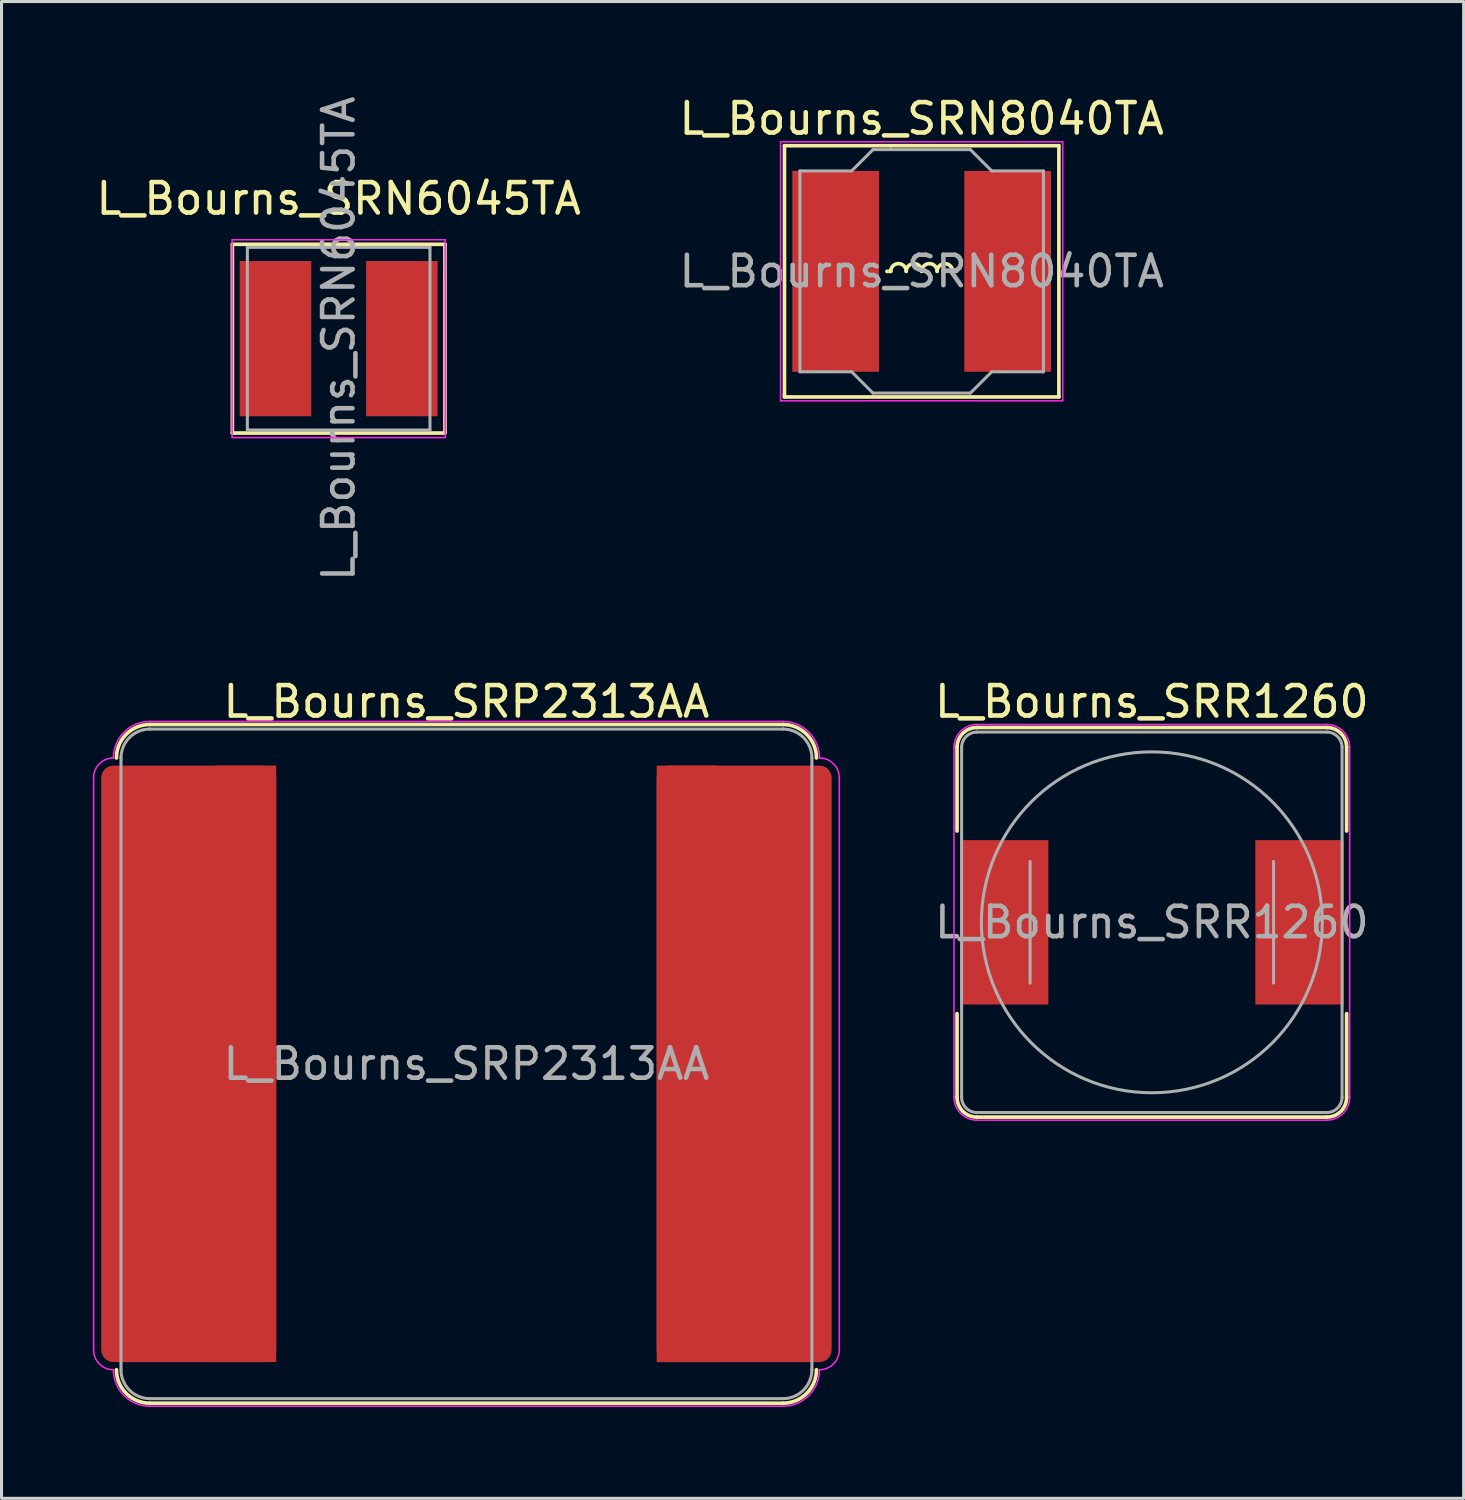
<source format=kicad_pcb>
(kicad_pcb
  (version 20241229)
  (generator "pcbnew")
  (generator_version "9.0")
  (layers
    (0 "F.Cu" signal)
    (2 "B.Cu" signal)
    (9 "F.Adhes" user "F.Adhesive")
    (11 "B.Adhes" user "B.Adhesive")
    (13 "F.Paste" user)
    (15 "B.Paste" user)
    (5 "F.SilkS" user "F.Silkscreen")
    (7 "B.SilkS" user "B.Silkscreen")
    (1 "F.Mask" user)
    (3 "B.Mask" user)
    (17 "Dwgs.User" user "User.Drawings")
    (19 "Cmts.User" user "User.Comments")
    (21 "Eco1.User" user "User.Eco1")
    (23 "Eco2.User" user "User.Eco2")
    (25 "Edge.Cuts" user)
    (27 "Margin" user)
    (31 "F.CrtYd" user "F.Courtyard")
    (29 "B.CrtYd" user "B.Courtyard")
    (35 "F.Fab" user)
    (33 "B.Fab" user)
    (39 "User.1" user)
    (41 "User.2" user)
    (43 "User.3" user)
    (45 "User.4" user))
  (footprint "L_Bourns_SRR1260"
    (layer "F.Cu")
    (at 34.794 27.253)
    (property "Reference" "L_Bourns_SRR1260" (at 0 -7.25 0) (layer "F.SilkS") (effects (font (size 1 1) (thickness 0.15))))
    (attr smd)
    (fp_line (start -6.4 -5.75) (end -6.4 -3) (stroke (width 0.12) (type solid)) (layer "F.SilkS"))
    (fp_line (start -6.4 3) (end -6.4 5.75) (stroke (width 0.12) (type solid)) (layer "F.SilkS"))
    (fp_line (start -5.75 -6.4) (end 5.75 -6.4) (stroke (width 0.12) (type solid)) (layer "F.SilkS"))
    (fp_line (start 5.75 6.4) (end -5.75 6.4) (stroke (width 0.12) (type solid)) (layer "F.SilkS"))
    (fp_line (start 6.4 -5.75) (end 6.4 -3) (stroke (width 0.12) (type solid)) (layer "F.SilkS"))
    (fp_line (start 6.4 3) (end 6.4 5.75) (stroke (width 0.12) (type solid)) (layer "F.SilkS"))
    (fp_arc (start -6.4 -5.75) (mid -6.209619 -6.209619) (end -5.75 -6.4) (stroke (width 0.12) (type solid)) (layer "F.SilkS"))
    (fp_arc (start -5.75 6.4) (mid -6.209619 6.209619) (end -6.4 5.75) (stroke (width 0.12) (type solid)) (layer "F.SilkS"))
    (fp_arc (start 5.75 -6.4) (mid 6.209619 -6.209619) (end 6.4 -5.75) (stroke (width 0.12) (type solid)) (layer "F.SilkS"))
    (fp_arc (start 6.4 5.75) (mid 6.209619 6.209619) (end 5.75 6.4) (stroke (width 0.12) (type solid)) (layer "F.SilkS"))
    (fp_line (start -6.5 5.75) (end -6.5 -5.75) (stroke (width 0.05) (type solid)) (layer "F.CrtYd"))
    (fp_line (start -5.75 -6.5) (end 5.75 -6.5) (stroke (width 0.05) (type solid)) (layer "F.CrtYd"))
    (fp_line (start 5.75 6.5) (end -5.75 6.5) (stroke (width 0.05) (type solid)) (layer "F.CrtYd"))
    (fp_line (start 6.5 -5.75) (end 6.5 5.75) (stroke (width 0.05) (type solid)) (layer "F.CrtYd"))
    (fp_arc (start -6.5 -5.75) (mid -6.28033 -6.28033) (end -5.75 -6.5) (stroke (width 0.05) (type solid)) (layer "F.CrtYd"))
    (fp_arc (start -5.75 6.5) (mid -6.28033 6.28033) (end -6.5 5.75) (stroke (width 0.05) (type solid)) (layer "F.CrtYd"))
    (fp_arc (start 5.75 -6.5) (mid 6.28033 -6.28033) (end 6.5 -5.75) (stroke (width 0.05) (type solid)) (layer "F.CrtYd"))
    (fp_arc (start 6.5 5.75) (mid 6.28033 6.28033) (end 5.75 6.5) (stroke (width 0.05) (type solid)) (layer "F.CrtYd"))
    (fp_line (start -6.25 -5.75) (end -6.25 5.75) (stroke (width 0.1) (type solid)) (layer "F.Fab"))
    (fp_line (start -5.75 -6.25) (end 5.75 -6.25) (stroke (width 0.1) (type solid)) (layer "F.Fab"))
    (fp_line (start -4 2) (end -4 -2) (stroke (width 0.1) (type solid)) (layer "F.Fab"))
    (fp_line (start 4 -2) (end 4 2) (stroke (width 0.1) (type solid)) (layer "F.Fab"))
    (fp_line (start 5.75 6.25) (end -5.75 6.25) (stroke (width 0.1) (type solid)) (layer "F.Fab"))
    (fp_line (start 6.25 -5.75) (end 6.25 5.75) (stroke (width 0.1) (type solid)) (layer "F.Fab"))
    (fp_arc (start -6.25 -5.75) (mid -6.103553 -6.103553) (end -5.75 -6.25) (stroke (width 0.1) (type solid)) (layer "F.Fab"))
    (fp_arc (start -5.75 6.25) (mid -6.103553 6.103553) (end -6.25 5.75) (stroke (width 0.1) (type solid)) (layer "F.Fab"))
    (fp_arc (start 5.75 -6.25) (mid 6.103553 -6.103553) (end 6.25 -5.75) (stroke (width 0.1) (type solid)) (layer "F.Fab"))
    (fp_arc (start 6.25 5.75) (mid 6.103553 6.103553) (end 5.75 6.25) (stroke (width 0.1) (type solid)) (layer "F.Fab"))
    (fp_circle (center 0 0) (end 0 -5.6) (stroke (width 0.1) (type solid)) (fill no) (layer "F.Fab"))
    (fp_text user "${REFERENCE}" (at 0 0 0) (layer "F.Fab") (effects (font (size 1 1) (thickness 0.15))))
    (pad "1" smd rect (at -4.85 0) (size 2.9 5.4) (layers "F.Cu" "F.Mask" "F.Paste"))
    (pad "2" smd rect (at 4.85 0) (size 2.9 5.4) (layers "F.Cu" "F.Mask" "F.Paste")))
  (footprint "L_Bourns_SRN6045TA"
    (layer "F.Cu")
    (at 8.077 8.077)
    (property "Reference" "L_Bourns_SRN6045TA" (at 0 -4.6 0) (layer "F.SilkS") (effects (font (size 1 1) (thickness 0.15))))
    (attr smd)
    (fp_line (start -3.493 -3.1) (end -3.493 3.1) (stroke (width 0.12) (type solid)) (layer "F.SilkS"))
    (fp_line (start -3.493 -3.1) (end 3.493 -3.1) (stroke (width 0.12) (type solid)) (layer "F.SilkS"))
    (fp_line (start 3.493 -3.1) (end 3.493 3.1) (stroke (width 0.12) (type solid)) (layer "F.SilkS"))
    (fp_line (start 3.493 3.1) (end -3.493 3.1) (stroke (width 0.12) (type solid)) (layer "F.SilkS"))
    (fp_line (start -3.5 -3.25) (end -3.5 3.25) (stroke (width 0.05) (type solid)) (layer "F.CrtYd"))
    (fp_line (start -3.5 3.25) (end 3.5 3.25) (stroke (width 0.05) (type solid)) (layer "F.CrtYd"))
    (fp_line (start 3.5 -3.25) (end -3.5 -3.25) (stroke (width 0.05) (type solid)) (layer "F.CrtYd"))
    (fp_line (start 3.5 3.25) (end 3.5 -3.25) (stroke (width 0.05) (type solid)) (layer "F.CrtYd"))
    (fp_line (start -3 -3) (end -3 3) (stroke (width 0.1) (type solid)) (layer "F.Fab"))
    (fp_line (start -3 -3) (end 3 -3) (stroke (width 0.1) (type solid)) (layer "F.Fab"))
    (fp_line (start -3 3) (end 3 3) (stroke (width 0.1) (type solid)) (layer "F.Fab"))
    (fp_line (start 3 3) (end 3 -3) (stroke (width 0.1) (type solid)) (layer "F.Fab"))
    (fp_text user "${REFERENCE}" (at 0 0 90) (layer "F.Fab") (effects (font (size 1 1) (thickness 0.15))))
    (pad "1" smd rect (at -2.075 0) (size 2.35 5.1) (layers "F.Cu" "F.Mask" "F.Paste"))
    (pad "2" smd rect (at 2.075 0) (size 2.35 5.1) (layers "F.Cu" "F.Mask" "F.Paste")))
  (footprint "L_Bourns_SRN8040TA"
    (layer "F.Cu")
    (at 27.232 5.865)
    (property "Reference" "L_Bourns_SRN8040TA" (at 0 -5.016 180) (layer "F.SilkS") (effects (font (size 1 1) (thickness 0.15))))
    (attr smd)
    (fp_line (start -4.508 -4.128) (end -4.508 4.064) (stroke (width 0.12) (type solid)) (layer "F.SilkS"))
    (fp_line (start -4.508 4.064) (end -4.508 4.128) (stroke (width 0.12) (type solid)) (layer "F.SilkS"))
    (fp_line (start -4.508 4.128) (end 4.508 4.128) (stroke (width 0.12) (type solid)) (layer "F.SilkS"))
    (fp_line (start -1.016 -4.128) (end -4.508 -4.128) (stroke (width 0.12) (type solid)) (layer "F.SilkS"))
    (fp_line (start -1.016 0) (end -1.143 0) (stroke (width 0.12) (type solid)) (layer "F.SilkS"))
    (fp_line (start 1.016 0) (end 1.143 0) (stroke (width 0.12) (type solid)) (layer "F.SilkS"))
    (fp_line (start 4.508 -4.128) (end -1.016 -4.128) (stroke (width 0.12) (type solid)) (layer "F.SilkS"))
    (fp_line (start 4.508 4.128) (end 4.508 -4.128) (stroke (width 0.12) (type solid)) (layer "F.SilkS"))
    (fp_arc (start -1.016 0) (mid -0.762 -0.254) (end -0.508 0) (stroke (width 0.12) (type solid)) (layer "F.SilkS"))
    (fp_arc (start -0.508 0) (mid -0.254 -0.254) (end 0 0) (stroke (width 0.12) (type solid)) (layer "F.SilkS"))
    (fp_arc (start 0 0) (mid 0.254 -0.254) (end 0.508 0) (stroke (width 0.12) (type solid)) (layer "F.SilkS"))
    (fp_arc (start 0.508 0) (mid 0.762 -0.254) (end 1.016 0) (stroke (width 0.12) (type solid)) (layer "F.SilkS"))
    (fp_line (start -4.636 -4.255) (end -4.636 4.255) (stroke (width 0.05) (type solid)) (layer "F.CrtYd"))
    (fp_line (start -4.636 4.255) (end 4.636 4.255) (stroke (width 0.05) (type solid)) (layer "F.CrtYd"))
    (fp_line (start 4.636 -4.255) (end -4.636 -4.255) (stroke (width 0.05) (type solid)) (layer "F.CrtYd"))
    (fp_line (start 4.636 4.25) (end 4.636 -4.25) (stroke (width 0.05) (type solid)) (layer "F.CrtYd"))
    (fp_line (start -4 3.3) (end -4 -3.3) (stroke (width 0.1) (type solid)) (layer "F.Fab"))
    (fp_line (start -2.3 -3.3) (end -4 -3.3) (stroke (width 0.1) (type solid)) (layer "F.Fab"))
    (fp_line (start -2.3 3.3) (end -4 3.3) (stroke (width 0.1) (type solid)) (layer "F.Fab"))
    (fp_line (start -1.6 -4) (end -2.3 -3.3) (stroke (width 0.1) (type solid)) (layer "F.Fab"))
    (fp_line (start -1.6 4) (end -2.3 3.3) (stroke (width 0.1) (type solid)) (layer "F.Fab"))
    (fp_line (start 1.6 -4) (end -1.6 -4) (stroke (width 0.1) (type solid)) (layer "F.Fab"))
    (fp_line (start 1.6 -4) (end 2.3 -3.3) (stroke (width 0.1) (type solid)) (layer "F.Fab"))
    (fp_line (start 1.6 4) (end -1.6 4) (stroke (width 0.1) (type solid)) (layer "F.Fab"))
    (fp_line (start 1.6 4) (end 2.3 3.3) (stroke (width 0.1) (type solid)) (layer "F.Fab"))
    (fp_line (start 2.3 -3.3) (end 4 -3.3) (stroke (width 0.1) (type solid)) (layer "F.Fab"))
    (fp_line (start 2.3 3.3) (end 4 3.3) (stroke (width 0.1) (type solid)) (layer "F.Fab"))
    (fp_line (start 4 -3.3) (end 4 3.3) (stroke (width 0.1) (type solid)) (layer "F.Fab"))
    (fp_text user "${REFERENCE}" (at 0 0 0) (layer "F.Fab") (effects (font (size 1 1) (thickness 0.15))))
    (pad "1" smd rect (at -2.825 0 270) (size 6.6 2.85) (layers "F.Cu" "F.Mask" "F.Paste"))
    (pad "2" smd rect (at 2.825 0 270) (size 6.6 2.85) (layers "F.Cu" "F.Mask" "F.Paste")))
  (footprint "L_Bourns_SRP2313AA"
    (layer "F.Cu")
    (at 12.275 31.903)
    (property "Reference" "L_Bourns_SRP2313AA" (at 0 -11.9 0) (layer "F.SilkS") (effects (font (size 1 1) (thickness 0.15))))
    (attr smd)
    (fp_line (start -10.4 -11.15) (end 10.4 -11.15) (stroke (width 0.12) (type solid)) (layer "F.SilkS"))
    (fp_line (start 10.4 11.15) (end -10.4 11.15) (stroke (width 0.12) (type solid)) (layer "F.SilkS"))
    (fp_arc (start -11.5 -10.05) (mid -11.177817 -10.827817) (end -10.4 -11.15) (stroke (width 0.12) (type solid)) (layer "F.SilkS"))
    (fp_arc (start -10.4 11.15) (mid -11.177817 10.827817) (end -11.5 10.05) (stroke (width 0.12) (type solid)) (layer "F.SilkS"))
    (fp_arc (start 10.4 -11.15) (mid 11.177817 -10.827817) (end 11.5 -10.05) (stroke (width 0.12) (type solid)) (layer "F.SilkS"))
    (fp_arc (start 11.5 10.05) (mid 11.177817 10.827817) (end 10.4 11.15) (stroke (width 0.12) (type solid)) (layer "F.SilkS"))
    (fp_line (start -12.25 9.4) (end -12.25 -9.4) (stroke (width 0.05) (type solid)) (layer "F.CrtYd"))
    (fp_line (start -10.4 -11.25) (end 10.4 -11.25) (stroke (width 0.05) (type solid)) (layer "F.CrtYd"))
    (fp_line (start 10.4 11.25) (end -10.4 11.25) (stroke (width 0.05) (type solid)) (layer "F.CrtYd"))
    (fp_line (start 12.25 -9.4) (end 12.25 9.4) (stroke (width 0.05) (type solid)) (layer "F.CrtYd"))
    (fp_arc (start -12.25 -9.4) (mid -12.059619 -9.859619) (end -11.6 -10.05) (stroke (width 0.05) (type solid)) (layer "F.CrtYd"))
    (fp_arc (start -11.6 -10.05) (mid -11.248528 -10.898528) (end -10.4 -11.25) (stroke (width 0.05) (type solid)) (layer "F.CrtYd"))
    (fp_arc (start -11.6 10.05) (mid -12.059619 9.859619) (end -12.25 9.4) (stroke (width 0.05) (type solid)) (layer "F.CrtYd"))
    (fp_arc (start -10.4 11.25) (mid -11.248528 10.898528) (end -11.6 10.05) (stroke (width 0.05) (type solid)) (layer "F.CrtYd"))
    (fp_arc (start 10.4 -11.25) (mid 11.248528 -10.898528) (end 11.6 -10.05) (stroke (width 0.05) (type solid)) (layer "F.CrtYd"))
    (fp_arc (start 11.6 -10.05) (mid 12.059619 -9.859619) (end 12.25 -9.4) (stroke (width 0.05) (type solid)) (layer "F.CrtYd"))
    (fp_arc (start 11.6 10.05) (mid 11.248528 10.898528) (end 10.4 11.25) (stroke (width 0.05) (type solid)) (layer "F.CrtYd"))
    (fp_arc (start 12.25 9.4) (mid 12.059619 9.859619) (end 11.6 10.05) (stroke (width 0.05) (type solid)) (layer "F.CrtYd"))
    (fp_line (start -11.35 -10.05) (end -11.35 10.05) (stroke (width 0.1) (type solid)) (layer "F.Fab"))
    (fp_line (start -10.4 -11) (end 10.4 -11) (stroke (width 0.1) (type solid)) (layer "F.Fab"))
    (fp_line (start 10.4 11) (end -10.4 11) (stroke (width 0.1) (type solid)) (layer "F.Fab"))
    (fp_line (start 11.35 -10.05) (end 11.35 10.05) (stroke (width 0.1) (type solid)) (layer "F.Fab"))
    (fp_arc (start -11.35 -10.05) (mid -11.071751 -10.721751) (end -10.4 -11) (stroke (width 0.1) (type solid)) (layer "F.Fab"))
    (fp_arc (start -10.4 11) (mid -11.071751 10.721751) (end -11.35 10.05) (stroke (width 0.1) (type solid)) (layer "F.Fab"))
    (fp_arc (start 10.4 -11) (mid 11.071751 -10.721751) (end 11.35 -10.05) (stroke (width 0.1) (type solid)) (layer "F.Fab"))
    (fp_arc (start 11.35 10.05) (mid 11.071751 10.721751) (end 10.4 11) (stroke (width 0.1) (type solid)) (layer "F.Fab"))
    (fp_text user "${REFERENCE}" (at 0 0 0) (layer "F.Fab") (effects (font (size 1 1) (thickness 0.15))))
    (pad "1" smd roundrect (at -9.125 0) (size 5.75 19.6) (layers "F.Cu" "F.Mask" "F.Paste") (roundrect_rratio 0.07))
    (pad "1" smd rect (at -7.25 0) (size 2 19.6) (layers "F.Cu" "F.Mask" "F.Paste"))
    (pad "2" smd rect (at 7.25 0) (size 2 19.6) (layers "F.Cu" "F.Mask" "F.Paste"))
    (pad "2" smd roundrect (at 9.125 0) (size 5.75 19.6) (layers "F.Cu" "F.Mask" "F.Paste") (roundrect_rratio 0.07)))
  (gr_rect
    (start -3 -3)
    (end 45.038 46.178)
    (stroke (width 0.1) (type default))
    (fill no)
    (layer "Edge.Cuts")))
</source>
